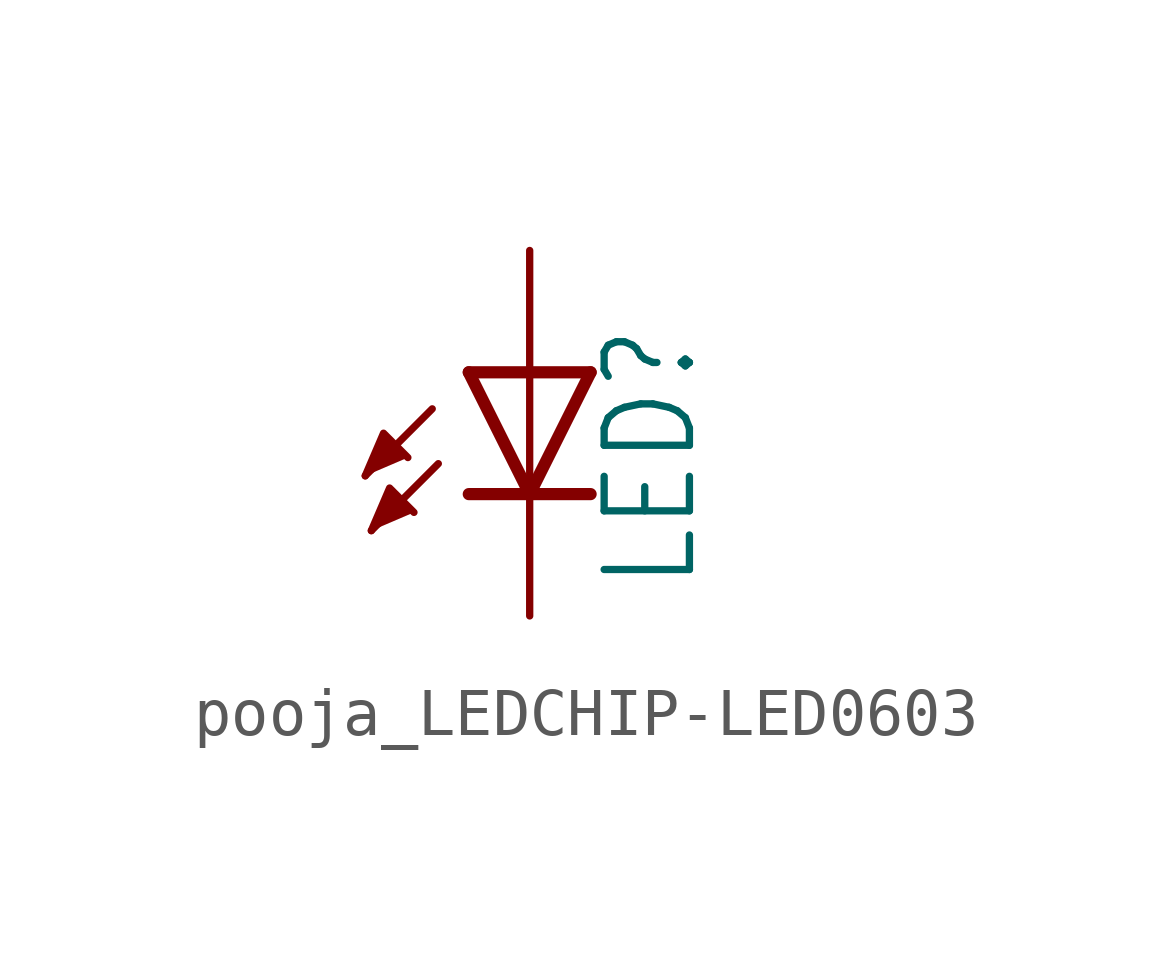
<source format=kicad_sym>
(kicad_symbol_lib
  (version 20220914)
  (generator kicad_symbol_editor)
  (symbol "pooja_LEDCHIP-LED0603"
    (property "Reference" "LED"
      (at 3.556 -4.572 90)
      (effects (font (size 1.778 1.511)) (justify left bottom)))
    (property "Value" ""
      (at 5.715 -4.572 90)
      (effects (font (size 1.778 1.511)) (justify left bottom)))
    (property "ki_locked" ""
      (at 0 0 0)
      (effects (font (size 1.27 1.27))))
    (symbol "pooja_LEDCHIP-LED0603_1_0"
      (polyline (pts (xy -2.032 -0.762) (xy -3.429 -2.159)) (stroke (width 0.152) (type solid)) (fill (type none)))
      (polyline (pts (xy -1.905 -1.905) (xy -3.302 -3.302)) (stroke (width 0.152) (type solid)) (fill (type none)))
      (polyline (pts (xy 0 -2.54) (xy -1.27 -2.54)) (stroke (width 0.254) (type solid)) (fill (type none)))
      (polyline (pts (xy 0 -2.54) (xy -1.27 0)) (stroke (width 0.254) (type solid)) (fill (type none)))
      (polyline (pts (xy 0 0) (xy -1.27 0)) (stroke (width 0.254) (type solid)) (fill (type none)))
      (polyline (pts (xy 0 0) (xy 0 -2.54)) (stroke (width 0.152) (type solid)) (fill (type none)))
      (polyline (pts (xy 1.27 -2.54) (xy 0 -2.54)) (stroke (width 0.254) (type solid)) (fill (type none)))
      (polyline (pts (xy 1.27 0) (xy 0 -2.54)) (stroke (width 0.254) (type solid)) (fill (type none)))
      (polyline (pts (xy 1.27 0) (xy 0 0)) (stroke (width 0.254) (type solid)) (fill (type none)))
      (polyline (pts (xy -3.429 -2.159) (xy -3.048 -1.27) (xy -2.54 -1.778)) (stroke (width 0.152) (type solid)) (fill (type outline)))
      (polyline (pts (xy -3.302 -3.302) (xy -2.921 -2.413) (xy -2.413 -2.921)) (stroke (width 0.152) (type solid)) (fill (type outline)))
      (pin passive line (at 0 2.54 270) (length 2.54) (name "A" (effects (font (size 0 0)))) (number "A" (effects (font (size 0 0)))))
      (pin passive line (at 0 -5.08 90) (length 2.54) (name "C" (effects (font (size 0 0)))) (number "C" (effects (font (size 0 0))))))))
</source>
